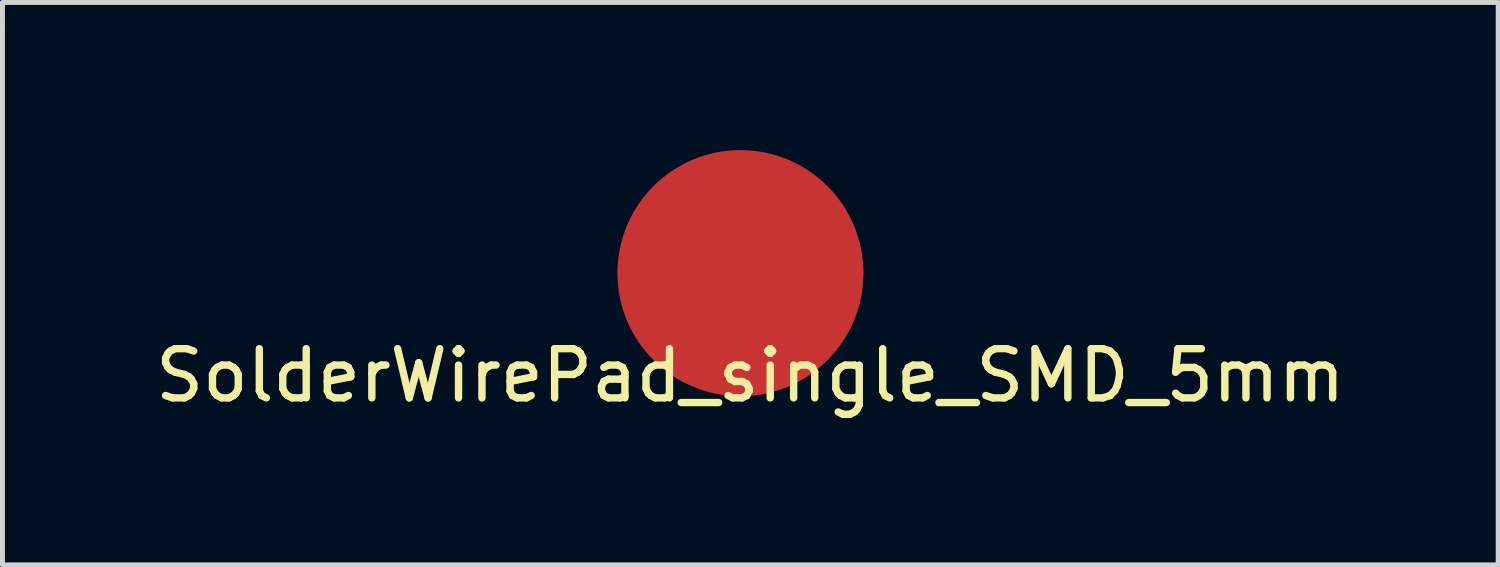
<source format=kicad_pcb>
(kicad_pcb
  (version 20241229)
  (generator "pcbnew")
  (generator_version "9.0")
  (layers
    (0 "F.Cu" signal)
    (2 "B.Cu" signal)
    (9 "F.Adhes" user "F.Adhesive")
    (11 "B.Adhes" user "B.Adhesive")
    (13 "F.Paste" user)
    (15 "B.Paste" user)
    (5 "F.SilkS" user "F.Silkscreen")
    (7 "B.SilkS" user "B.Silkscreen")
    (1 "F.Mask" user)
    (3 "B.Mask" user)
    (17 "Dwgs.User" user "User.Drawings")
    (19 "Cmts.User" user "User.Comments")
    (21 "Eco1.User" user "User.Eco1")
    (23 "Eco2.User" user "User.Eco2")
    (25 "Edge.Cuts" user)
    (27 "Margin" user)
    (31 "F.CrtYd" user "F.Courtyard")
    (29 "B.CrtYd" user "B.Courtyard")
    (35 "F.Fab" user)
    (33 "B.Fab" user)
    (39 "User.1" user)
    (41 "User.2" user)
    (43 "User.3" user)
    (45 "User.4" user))
  (footprint "SolderWirePad_single_SMD_5mm"
    (layer "F.Cu")
    (at 11.996 2.5)
    (property "Reference" "SolderWirePad_single_SMD_5mm" (at 0.2 2.08 0) (layer "F.SilkS") (effects (font (size 1 1) (thickness 0.15))))
    (attr through_hole)
    (pad "1" smd circle (at 0 0) (size 5 5) (layers "F.Cu" "F.Mask" "F.Paste")))
  (gr_rect
    (start -3 -3)
    (end 27.393 8.428)
    (stroke (width 0.1) (type default))
    (fill no)
    (layer "Edge.Cuts")))
</source>
